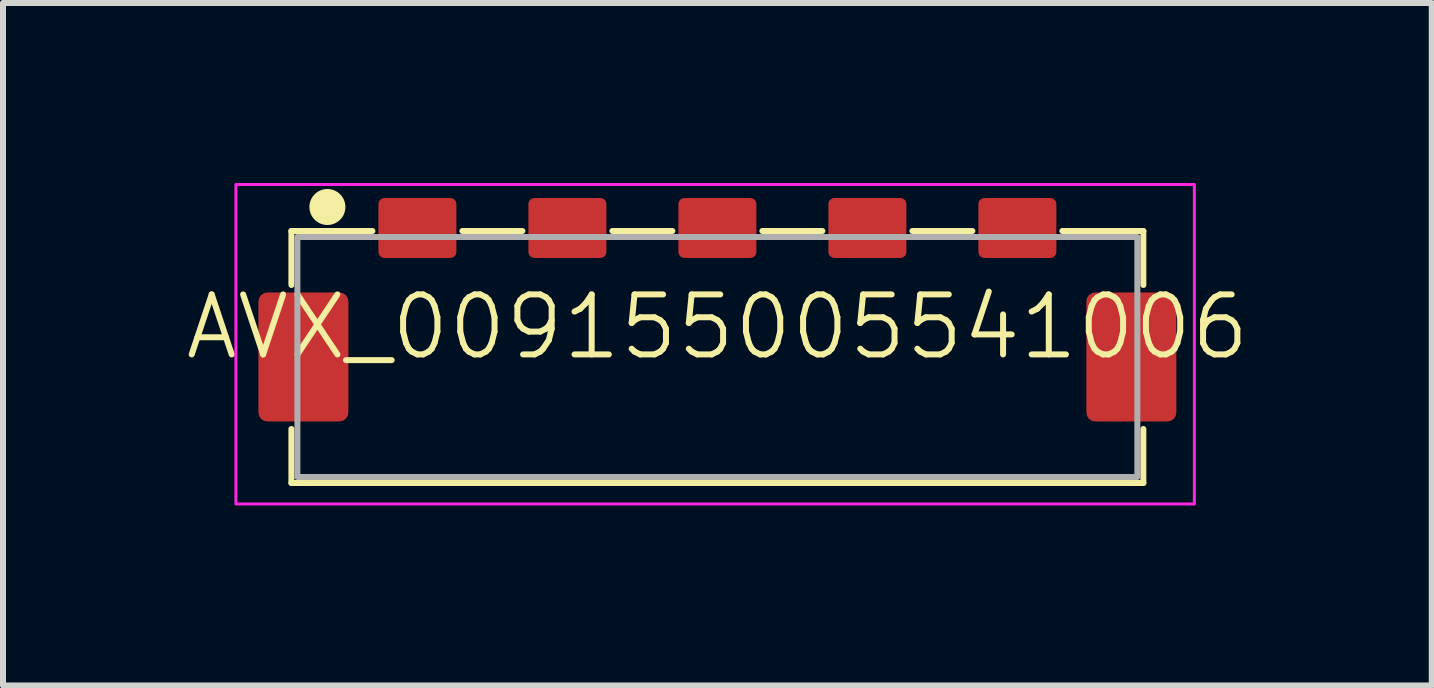
<source format=kicad_pcb>
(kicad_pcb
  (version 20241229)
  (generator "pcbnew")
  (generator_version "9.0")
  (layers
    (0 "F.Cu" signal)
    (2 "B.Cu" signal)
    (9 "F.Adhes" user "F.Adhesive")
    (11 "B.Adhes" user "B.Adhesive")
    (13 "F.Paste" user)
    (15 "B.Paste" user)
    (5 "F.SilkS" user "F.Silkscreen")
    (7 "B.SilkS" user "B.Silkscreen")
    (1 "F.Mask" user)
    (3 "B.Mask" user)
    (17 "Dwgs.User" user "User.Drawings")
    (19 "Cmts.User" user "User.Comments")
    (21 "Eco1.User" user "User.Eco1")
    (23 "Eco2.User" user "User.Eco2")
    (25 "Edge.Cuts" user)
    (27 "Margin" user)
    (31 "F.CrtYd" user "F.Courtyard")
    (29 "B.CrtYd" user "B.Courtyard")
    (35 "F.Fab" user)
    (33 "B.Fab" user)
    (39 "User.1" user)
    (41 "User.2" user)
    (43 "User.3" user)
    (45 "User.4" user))
  (footprint "AVX_009155005541006"
    (layer "F.Cu")
    (at 8.907 2.9)
    (property "Reference" "AVX_009155005541006" (at 0 -0.5 0) (unlocked yes) (layer "F.SilkS") (effects (font (size 1 1) (thickness 0.1))))
    (attr smd)
    (fp_line (start -7.1 -2.1) (end -7.1 -1.2) (stroke (width 0.1) (type default)) (layer "F.SilkS"))
    (fp_line (start -7.1 1.2) (end -7.1 2.1) (stroke (width 0.1) (type default)) (layer "F.SilkS"))
    (fp_line (start -7.1 2.1) (end 7.1 2.1) (stroke (width 0.1) (type default)) (layer "F.SilkS"))
    (fp_line (start -5.75 -2.1) (end -7.1 -2.1) (stroke (width 0.1) (type default)) (layer "F.SilkS"))
    (fp_line (start -3.25 -2.1) (end -4.25 -2.1) (stroke (width 0.1) (type default)) (layer "F.SilkS"))
    (fp_line (start -0.75 -2.1) (end -1.75 -2.1) (stroke (width 0.1) (type default)) (layer "F.SilkS"))
    (fp_line (start 0.75 -2.1) (end 1.75 -2.1) (stroke (width 0.1) (type default)) (layer "F.SilkS"))
    (fp_line (start 4.25 -2.1) (end 3.25 -2.1) (stroke (width 0.1) (type default)) (layer "F.SilkS"))
    (fp_line (start 7.1 -2.1) (end 5.75 -2.1) (stroke (width 0.1) (type default)) (layer "F.SilkS"))
    (fp_line (start 7.1 -1.2) (end 7.1 -2.1) (stroke (width 0.1) (type default)) (layer "F.SilkS"))
    (fp_line (start 7.1 2.1) (end 7.1 1.2) (stroke (width 0.1) (type default)) (layer "F.SilkS"))
    (fp_circle (center -6.5 -2.5) (end -6.25 -2.5) (stroke (width 0.1) (type solid)) (fill yes) (layer "F.SilkS"))
    (fp_rect (start -8.025 -2.875) (end 7.95 2.45) (stroke (width 0.05) (type default)) (fill no) (layer "F.CrtYd"))
    (fp_rect (start -7 -2) (end 7 2) (stroke (width 0.1) (type default)) (fill no) (layer "F.Fab"))
    (pad "1" smd roundrect (at -5 -2.15) (size 1.3 1) (layers "F.Cu" "F.Mask" "F.Paste") (roundrect_rratio 0.1))
    (pad "2" smd roundrect (at -2.5 -2.15) (size 1.3 1) (layers "F.Cu" "F.Mask" "F.Paste") (roundrect_rratio 0.1))
    (pad "3" smd roundrect (at 0 -2.15) (size 1.3 1) (layers "F.Cu" "F.Mask" "F.Paste") (roundrect_rratio 0.1))
    (pad "4" smd roundrect (at 2.5 -2.15) (size 1.3 1) (layers "F.Cu" "F.Mask" "F.Paste") (roundrect_rratio 0.1))
    (pad "5" smd roundrect (at 5 -2.15) (size 1.3 1) (layers "F.Cu" "F.Mask" "F.Paste") (roundrect_rratio 0.1))
    (pad "MP" smd roundrect (at -6.9 0) (size 1.5 2.15) (layers "F.Cu" "F.Mask" "F.Paste") (roundrect_rratio 0.1))
    (pad "MP" smd roundrect (at 6.9 0) (size 1.5 2.15) (layers "F.Cu" "F.Mask" "F.Paste") (roundrect_rratio 0.1))
    (zone (net_name "") (layers "F.Cu" "Margin") (hatch edge 0.5) (connect_pads) (min_thickness 0.25) (filled_areas_thickness no) (keepout (tracks not_allowed) (vias not_allowed) (pads not_allowed) (copperpour not_allowed) (footprints not_allowed)) (placement (enabled no)) (fill) (polygon (pts (xy 2.907 1.4) (xy 14.907 1.4) (xy 14.907 4.85) (xy 2.907 4.85)))))
  (gr_rect
    (start -3 -3)
    (end 20.814 8.375)
    (stroke (width 0.1) (type default))
    (fill no)
    (layer "Edge.Cuts")))
</source>
